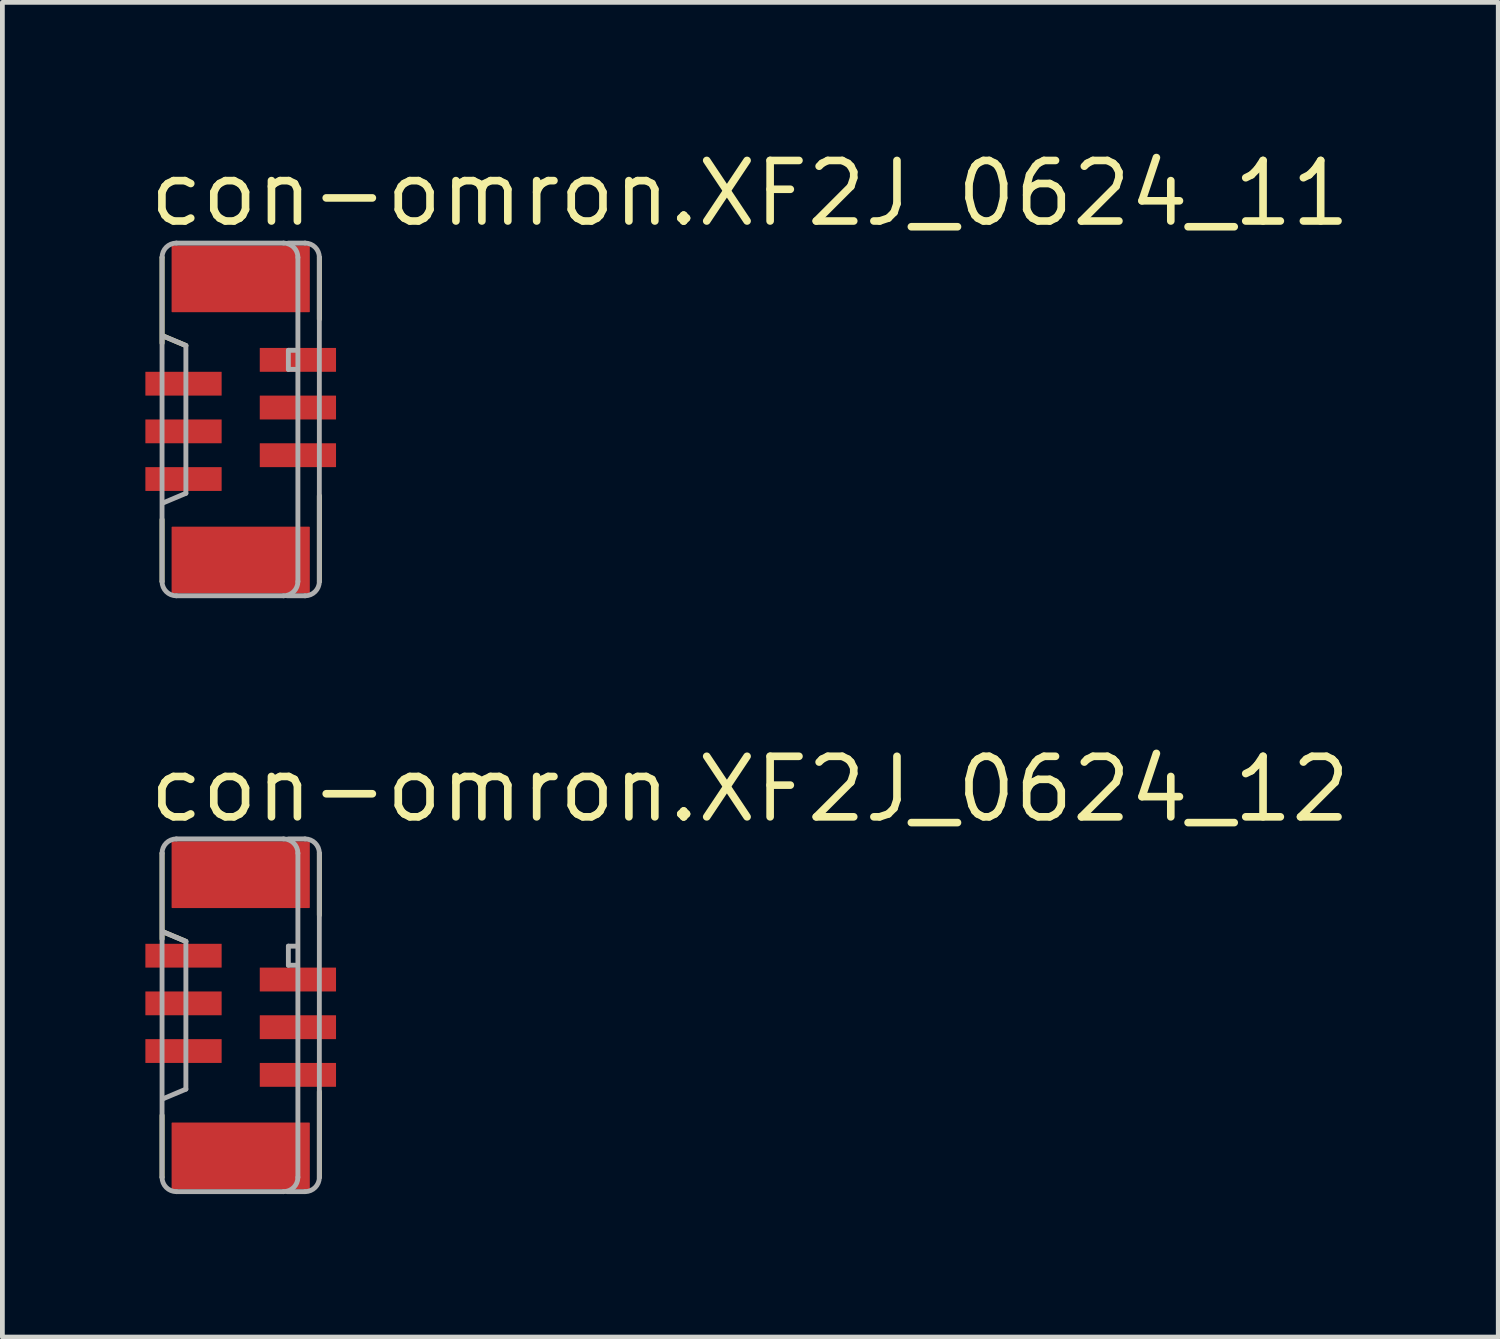
<source format=kicad_pcb>
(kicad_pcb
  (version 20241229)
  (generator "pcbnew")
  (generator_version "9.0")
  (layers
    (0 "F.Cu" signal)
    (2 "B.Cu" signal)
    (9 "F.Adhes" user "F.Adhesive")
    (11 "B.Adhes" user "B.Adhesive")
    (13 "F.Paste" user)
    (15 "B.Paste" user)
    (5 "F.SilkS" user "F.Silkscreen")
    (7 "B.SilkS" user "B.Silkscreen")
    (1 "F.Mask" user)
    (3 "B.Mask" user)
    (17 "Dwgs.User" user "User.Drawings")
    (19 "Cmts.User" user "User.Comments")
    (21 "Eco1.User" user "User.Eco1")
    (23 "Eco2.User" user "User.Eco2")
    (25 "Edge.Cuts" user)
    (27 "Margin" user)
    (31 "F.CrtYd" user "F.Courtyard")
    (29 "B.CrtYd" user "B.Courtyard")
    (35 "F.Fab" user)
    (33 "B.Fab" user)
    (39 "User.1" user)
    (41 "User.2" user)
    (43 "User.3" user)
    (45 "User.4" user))
  (footprint "con-omron.XF2J_0624_11"
    (layer "F.Cu")
    (at 2 5.75)
    (property "Reference" "con-omron.XF2J_0624_11" (at -2 -4 0) (layer "F.SilkS") (effects (font (size 1.27 1.27) (thickness 0.16)) (justify left bottom)))
    (attr smd)
    (fp_line (start -1.65 -3.4) (end -1.65 -1.6) (stroke (width 0.102) (type default)) (layer "F.SilkS"))
    (fp_line (start -1.65 2.1) (end -1.65 3.4) (stroke (width 0.102) (type default)) (layer "F.SilkS"))
    (fp_line (start -1.625 -1.75) (end -1.15 -1.55) (stroke (width 0.102) (type default)) (layer "F.SilkS"))
    (fp_line (start 1.65 -2.1) (end 1.65 -3.4) (stroke (width 0.102) (type default)) (layer "F.SilkS"))
    (fp_line (start 1.65 3.4) (end 1.65 1.6) (stroke (width 0.102) (type default)) (layer "F.SilkS"))
    (fp_line (start -1.65 -3.4) (end -1.65 3.4) (stroke (width 0.102) (type default)) (layer "F.Fab"))
    (fp_line (start -1.625 -1.75) (end -1.15 -1.55) (stroke (width 0.102) (type default)) (layer "F.Fab"))
    (fp_line (start -1.35 3.7) (end 0.9 3.7) (stroke (width 0.102) (type default)) (layer "F.Fab"))
    (fp_line (start -1.15 -1.55) (end -1.15 1.55) (stroke (width 0.102) (type default)) (layer "F.Fab"))
    (fp_line (start -1.15 1.55) (end -1.625 1.75) (stroke (width 0.102) (type default)) (layer "F.Fab"))
    (fp_line (start 0.9 -3.7) (end -1.35 -3.7) (stroke (width 0.102) (type default)) (layer "F.Fab"))
    (fp_line (start 0.975 3.7) (end 1.35 3.7) (stroke (width 0.102) (type default)) (layer "F.Fab"))
    (fp_line (start 1 -3.7) (end 1.35 -3.7) (stroke (width 0.102) (type default)) (layer "F.Fab"))
    (fp_line (start 1 -1.45) (end 1 -1.05) (stroke (width 0.102) (type default)) (layer "F.Fab"))
    (fp_line (start 1 -1.05) (end 1.15 -1.05) (stroke (width 0.102) (type default)) (layer "F.Fab"))
    (fp_line (start 1.15 -1.45) (end 1 -1.45) (stroke (width 0.102) (type default)) (layer "F.Fab"))
    (fp_line (start 1.2 3.4) (end 1.2 -3.4) (stroke (width 0.102) (type default)) (layer "F.Fab"))
    (fp_line (start 1.65 3.4) (end 1.65 -3.4) (stroke (width 0.102) (type default)) (layer "F.Fab"))
    (fp_arc (start -1.65 -3.4) (mid -1.562132 -3.612132) (end -1.35 -3.7) (stroke (width 0.1016) (type default)) (layer "F.Fab"))
    (fp_arc (start -1.35 3.7) (mid -1.562132 3.612132) (end -1.65 3.4) (stroke (width 0.1016) (type default)) (layer "F.Fab"))
    (fp_arc (start 0.9 -3.7) (mid 1.112132 -3.612132) (end 1.2 -3.4) (stroke (width 0.1016) (type default)) (layer "F.Fab"))
    (fp_arc (start 1.2 3.4) (mid 1.112132 3.612132) (end 0.9 3.7) (stroke (width 0.1016) (type default)) (layer "F.Fab"))
    (fp_arc (start 1.35 -3.7) (mid 1.562132 -3.612132) (end 1.65 -3.4) (stroke (width 0.1016) (type default)) (layer "F.Fab"))
    (fp_arc (start 1.65 3.4) (mid 1.562132 3.612132) (end 1.35 3.7) (stroke (width 0.1016) (type default)) (layer "F.Fab"))
    (pad "1" smd roundrect (at 1.2 -1.25 270) (size 0.5 1.6) (layers "F.Cu" "F.Mask" "F.Paste") (roundrect_rratio 0.01))
    (pad "2" smd roundrect (at -1.2 -0.75 90) (size 0.5 1.6) (layers "F.Cu" "F.Mask" "F.Paste") (roundrect_rratio 0.01))
    (pad "3" smd roundrect (at 1.2 -0.25 270) (size 0.5 1.6) (layers "F.Cu" "F.Mask" "F.Paste") (roundrect_rratio 0.01))
    (pad "4" smd roundrect (at -1.2 0.25 90) (size 0.5 1.6) (layers "F.Cu" "F.Mask" "F.Paste") (roundrect_rratio 0.01))
    (pad "5" smd roundrect (at 1.2 0.75 270) (size 0.5 1.6) (layers "F.Cu" "F.Mask" "F.Paste") (roundrect_rratio 0.01))
    (pad "6" smd roundrect (at -1.2 1.25 90) (size 0.5 1.6) (layers "F.Cu" "F.Mask" "F.Paste") (roundrect_rratio 0.01))
    (pad "M1" smd roundrect (at 0 -2.95 270) (size 1.4 2.9) (layers "F.Cu" "F.Mask" "F.Paste") (roundrect_rratio 0.01))
    (pad "M2" smd roundrect (at 0 2.95 270) (size 1.4 2.9) (layers "F.Cu" "F.Mask" "F.Paste") (roundrect_rratio 0.01)))
  (footprint "con-omron.XF2J_0624_12"
    (layer "F.Cu")
    (at 2 18.251)
    (property "Reference" "con-omron.XF2J_0624_12" (at -2 -4 0) (layer "F.SilkS") (effects (font (size 1.27 1.27) (thickness 0.16)) (justify left bottom)))
    (attr smd)
    (fp_line (start -1.65 -3.4) (end -1.65 -1.6) (stroke (width 0.102) (type default)) (layer "F.SilkS"))
    (fp_line (start -1.65 2.1) (end -1.65 3.4) (stroke (width 0.102) (type default)) (layer "F.SilkS"))
    (fp_line (start -1.625 -1.75) (end -1.15 -1.55) (stroke (width 0.102) (type default)) (layer "F.SilkS"))
    (fp_line (start 1.65 -2.1) (end 1.65 -3.4) (stroke (width 0.102) (type default)) (layer "F.SilkS"))
    (fp_line (start 1.65 3.4) (end 1.65 1.6) (stroke (width 0.102) (type default)) (layer "F.SilkS"))
    (fp_line (start -1.65 -3.4) (end -1.65 3.4) (stroke (width 0.102) (type default)) (layer "F.Fab"))
    (fp_line (start -1.625 -1.75) (end -1.15 -1.55) (stroke (width 0.102) (type default)) (layer "F.Fab"))
    (fp_line (start -1.35 3.7) (end 0.9 3.7) (stroke (width 0.102) (type default)) (layer "F.Fab"))
    (fp_line (start -1.15 -1.55) (end -1.15 1.55) (stroke (width 0.102) (type default)) (layer "F.Fab"))
    (fp_line (start -1.15 1.55) (end -1.625 1.75) (stroke (width 0.102) (type default)) (layer "F.Fab"))
    (fp_line (start 0.9 -3.7) (end -1.35 -3.7) (stroke (width 0.102) (type default)) (layer "F.Fab"))
    (fp_line (start 0.975 3.7) (end 1.35 3.7) (stroke (width 0.102) (type default)) (layer "F.Fab"))
    (fp_line (start 1 -3.7) (end 1.35 -3.7) (stroke (width 0.102) (type default)) (layer "F.Fab"))
    (fp_line (start 1 -1.45) (end 1 -1.05) (stroke (width 0.102) (type default)) (layer "F.Fab"))
    (fp_line (start 1 -1.05) (end 1.15 -1.05) (stroke (width 0.102) (type default)) (layer "F.Fab"))
    (fp_line (start 1.15 -1.45) (end 1 -1.45) (stroke (width 0.102) (type default)) (layer "F.Fab"))
    (fp_line (start 1.2 3.4) (end 1.2 -3.4) (stroke (width 0.102) (type default)) (layer "F.Fab"))
    (fp_line (start 1.65 3.4) (end 1.65 -3.4) (stroke (width 0.102) (type default)) (layer "F.Fab"))
    (fp_arc (start -1.65 -3.4) (mid -1.562132 -3.612132) (end -1.35 -3.7) (stroke (width 0.1016) (type default)) (layer "F.Fab"))
    (fp_arc (start -1.35 3.7) (mid -1.562132 3.612132) (end -1.65 3.4) (stroke (width 0.1016) (type default)) (layer "F.Fab"))
    (fp_arc (start 0.9 -3.7) (mid 1.112132 -3.612132) (end 1.2 -3.4) (stroke (width 0.1016) (type default)) (layer "F.Fab"))
    (fp_arc (start 1.2 3.4) (mid 1.112132 3.612132) (end 0.9 3.7) (stroke (width 0.1016) (type default)) (layer "F.Fab"))
    (fp_arc (start 1.35 -3.7) (mid 1.562132 -3.612132) (end 1.65 -3.4) (stroke (width 0.1016) (type default)) (layer "F.Fab"))
    (fp_arc (start 1.65 3.4) (mid 1.562132 3.612132) (end 1.35 3.7) (stroke (width 0.1016) (type default)) (layer "F.Fab"))
    (pad "1" smd roundrect (at -1.2 -1.25 270) (size 0.5 1.6) (layers "F.Cu" "F.Mask" "F.Paste") (roundrect_rratio 0.01))
    (pad "2" smd roundrect (at 1.2 -0.75 90) (size 0.5 1.6) (layers "F.Cu" "F.Mask" "F.Paste") (roundrect_rratio 0.01))
    (pad "3" smd roundrect (at -1.2 -0.25 270) (size 0.5 1.6) (layers "F.Cu" "F.Mask" "F.Paste") (roundrect_rratio 0.01))
    (pad "4" smd roundrect (at 1.2 0.25 90) (size 0.5 1.6) (layers "F.Cu" "F.Mask" "F.Paste") (roundrect_rratio 0.01))
    (pad "5" smd roundrect (at -1.2 0.75 270) (size 0.5 1.6) (layers "F.Cu" "F.Mask" "F.Paste") (roundrect_rratio 0.01))
    (pad "6" smd roundrect (at 1.2 1.25 90) (size 0.5 1.6) (layers "F.Cu" "F.Mask" "F.Paste") (roundrect_rratio 0.01))
    (pad "M1" smd roundrect (at 0 -2.95 270) (size 1.4 2.9) (layers "F.Cu" "F.Mask" "F.Paste") (roundrect_rratio 0.01))
    (pad "M2" smd roundrect (at 0 2.95 270) (size 1.4 2.9) (layers "F.Cu" "F.Mask" "F.Paste") (roundrect_rratio 0.01)))
  (gr_rect
    (start -3 -3)
    (end 28.384 25.002)
    (stroke (width 0.1) (type default))
    (fill no)
    (layer "Edge.Cuts")))
</source>
